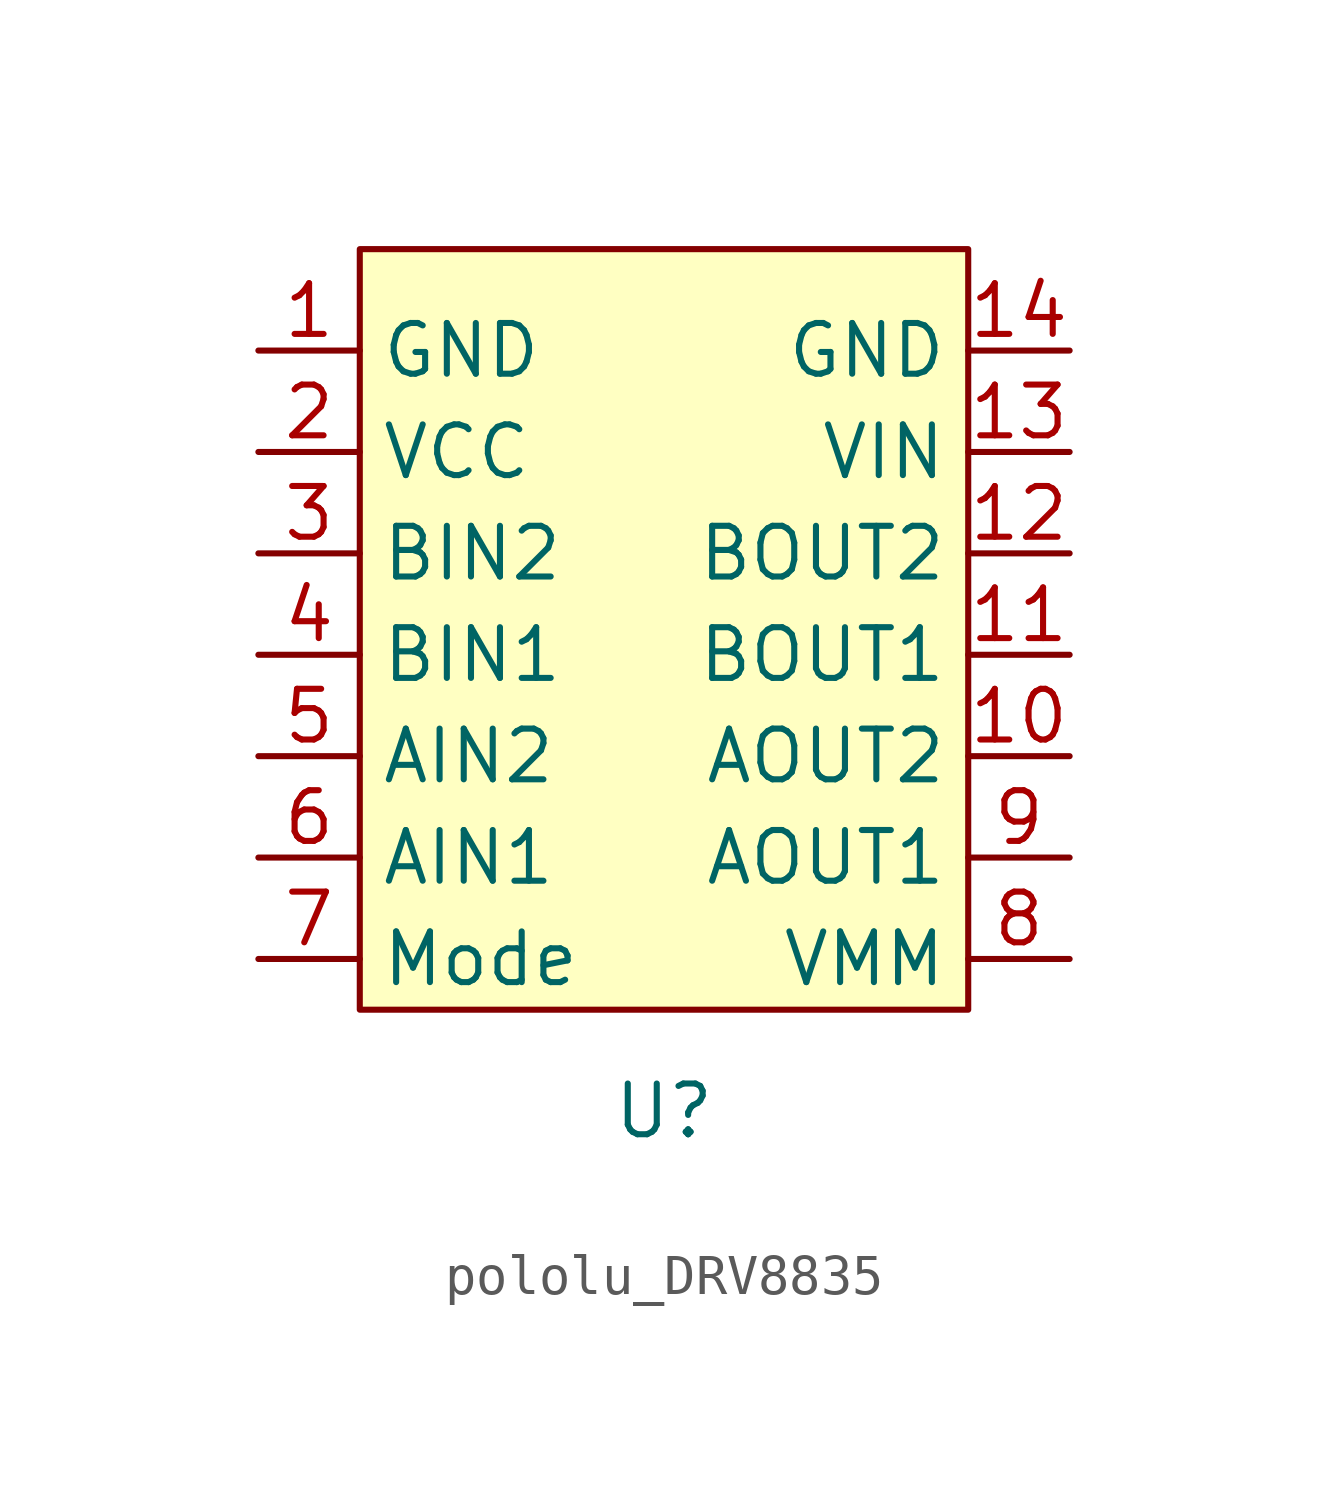
<source format=kicad_sym>
(kicad_symbol_lib
  (version 20231120)
  (generator "kicad_symbol_editor")
  (generator_version "8.0")
  (symbol "pololu_DRV8835"
    (property "Reference" "U"
      (at 0 0 0)
      (effects (font (size 1.27 1.27))))
    (property "Value" ""
      (at 0 0 0)
      (effects (font (size 1.27 1.27))))
    (symbol "pololu_DRV8835_1_1"
      (rectangle (start -7.62 21.59) (end 7.62 2.54) (stroke (width 0) (type default)) (fill (type background)))
      (pin power_in line (at -10.16 19.05 0) (length 2.54) (name "GND" (effects (font (size 1.27 1.27)))) (number "1" (effects (font (size 1.27 1.27)))))
      (pin output line (at 10.16 8.89 180) (length 2.54) (name "AOUT2" (effects (font (size 1.27 1.27)))) (number "10" (effects (font (size 1.27 1.27)))))
      (pin output line (at 10.16 11.43 180) (length 2.54) (name "BOUT1" (effects (font (size 1.27 1.27)))) (number "11" (effects (font (size 1.27 1.27)))))
      (pin output line (at 10.16 13.97 180) (length 2.54) (name "BOUT2" (effects (font (size 1.27 1.27)))) (number "12" (effects (font (size 1.27 1.27)))))
      (pin power_in line (at 10.16 16.51 180) (length 2.54) (name "VIN" (effects (font (size 1.27 1.27)))) (number "13" (effects (font (size 1.27 1.27)))))
      (pin power_in line (at 10.16 19.05 180) (length 2.54) (name "GND" (effects (font (size 1.27 1.27)))) (number "14" (effects (font (size 1.27 1.27)))))
      (pin power_in line (at -10.16 16.51 0) (length 2.54) (name "VCC" (effects (font (size 1.27 1.27)))) (number "2" (effects (font (size 1.27 1.27)))))
      (pin input line (at -10.16 13.97 0) (length 2.54) (name "BIN2" (effects (font (size 1.27 1.27)))) (number "3" (effects (font (size 1.27 1.27)))))
      (pin input line (at -10.16 11.43 0) (length 2.54) (name "BIN1" (effects (font (size 1.27 1.27)))) (number "4" (effects (font (size 1.27 1.27)))))
      (pin input line (at -10.16 8.89 0) (length 2.54) (name "AIN2" (effects (font (size 1.27 1.27)))) (number "5" (effects (font (size 1.27 1.27)))))
      (pin input line (at -10.16 6.35 0) (length 2.54) (name "AIN1" (effects (font (size 1.27 1.27)))) (number "6" (effects (font (size 1.27 1.27)))))
      (pin input line (at -10.16 3.81 0) (length 2.54) (name "Mode" (effects (font (size 1.27 1.27)))) (number "7" (effects (font (size 1.27 1.27)))))
      (pin power_in line (at 10.16 3.81 180) (length 2.54) (name "VMM" (effects (font (size 1.27 1.27)))) (number "8" (effects (font (size 1.27 1.27)))))
      (pin output line (at 10.16 6.35 180) (length 2.54) (name "AOUT1" (effects (font (size 1.27 1.27)))) (number "9" (effects (font (size 1.27 1.27))))))))
</source>
